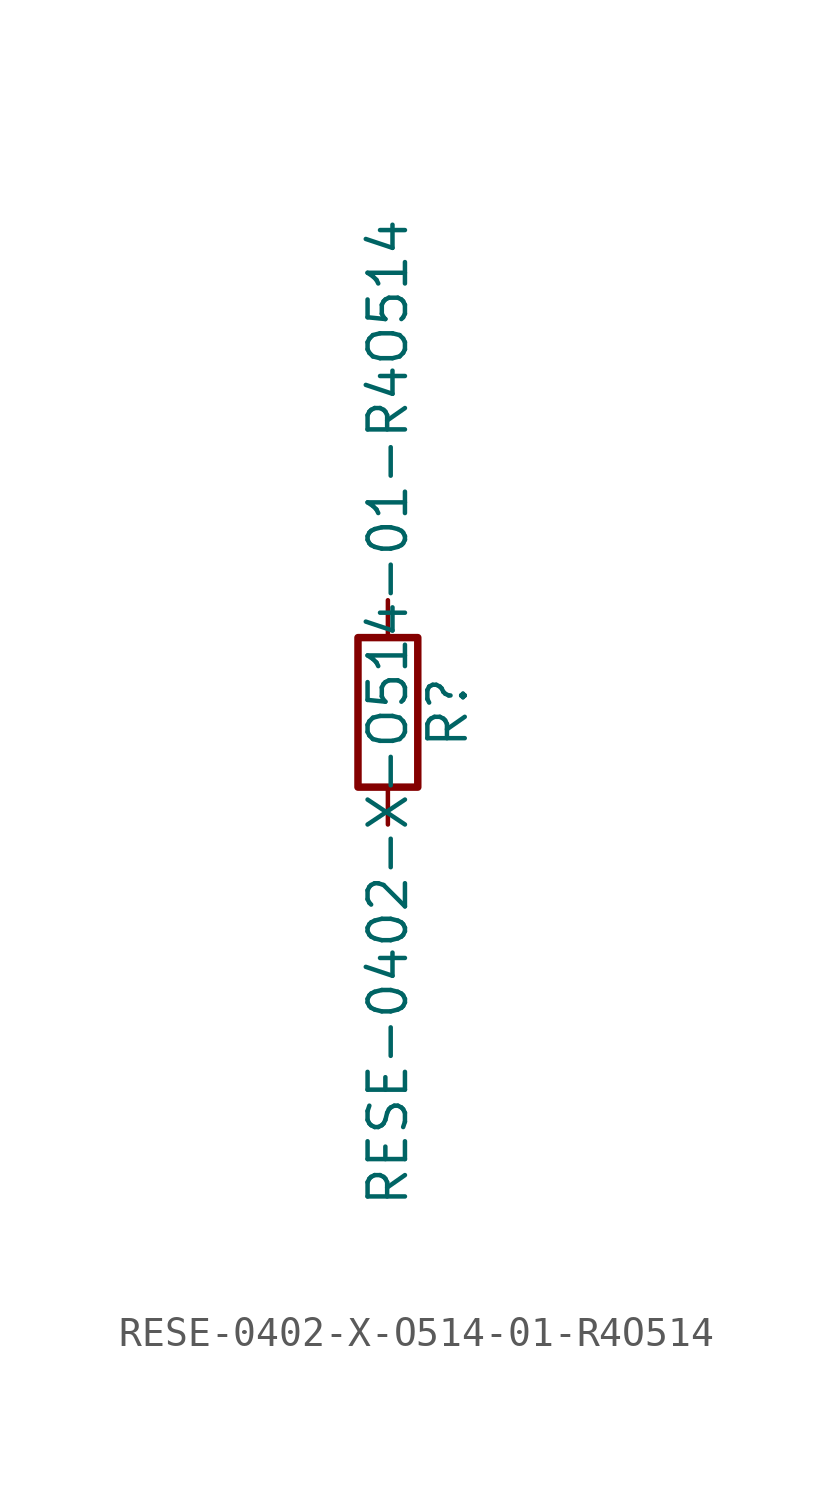
<source format=kicad_sym>
(kicad_symbol_lib
  (version 20211014)
  (generator kicad_symbol_editor)
  (symbol "RESE-0402-X-O514-01-R4O514"
    (pin_numbers hide)
    (pin_names
      (offset 0))
    (property "Reference" "R"
      (at 2.032 0 90)
      (effects (font (size 1.27 1.27))))
    (property "Value" "RESE-0402-X-O514-01-R4O514"
      (at 0 0 90)
      (effects (font (size 1.27 1.27))))
    (symbol "RESE-0402-X-O514-01-R4O514_0_1"
      (rectangle (start -1.016 -2.54) (end 1.016 2.54) (stroke (width 0.254) (type default) (color 0 0 0 0)) (fill (type none))))
    (symbol "RESE-0402-X-O514-01-R4O514_1_1"
      (pin passive line (at 0 3.81 270) (length 1.27) (name "~" (effects (font (size 1.27 1.27)))) (number "1" (effects (font (size 1.27 1.27)))))
      (pin passive line (at 0 -3.81 90) (length 1.27) (name "~" (effects (font (size 1.27 1.27)))) (number "2" (effects (font (size 1.27 1.27))))))))
</source>
